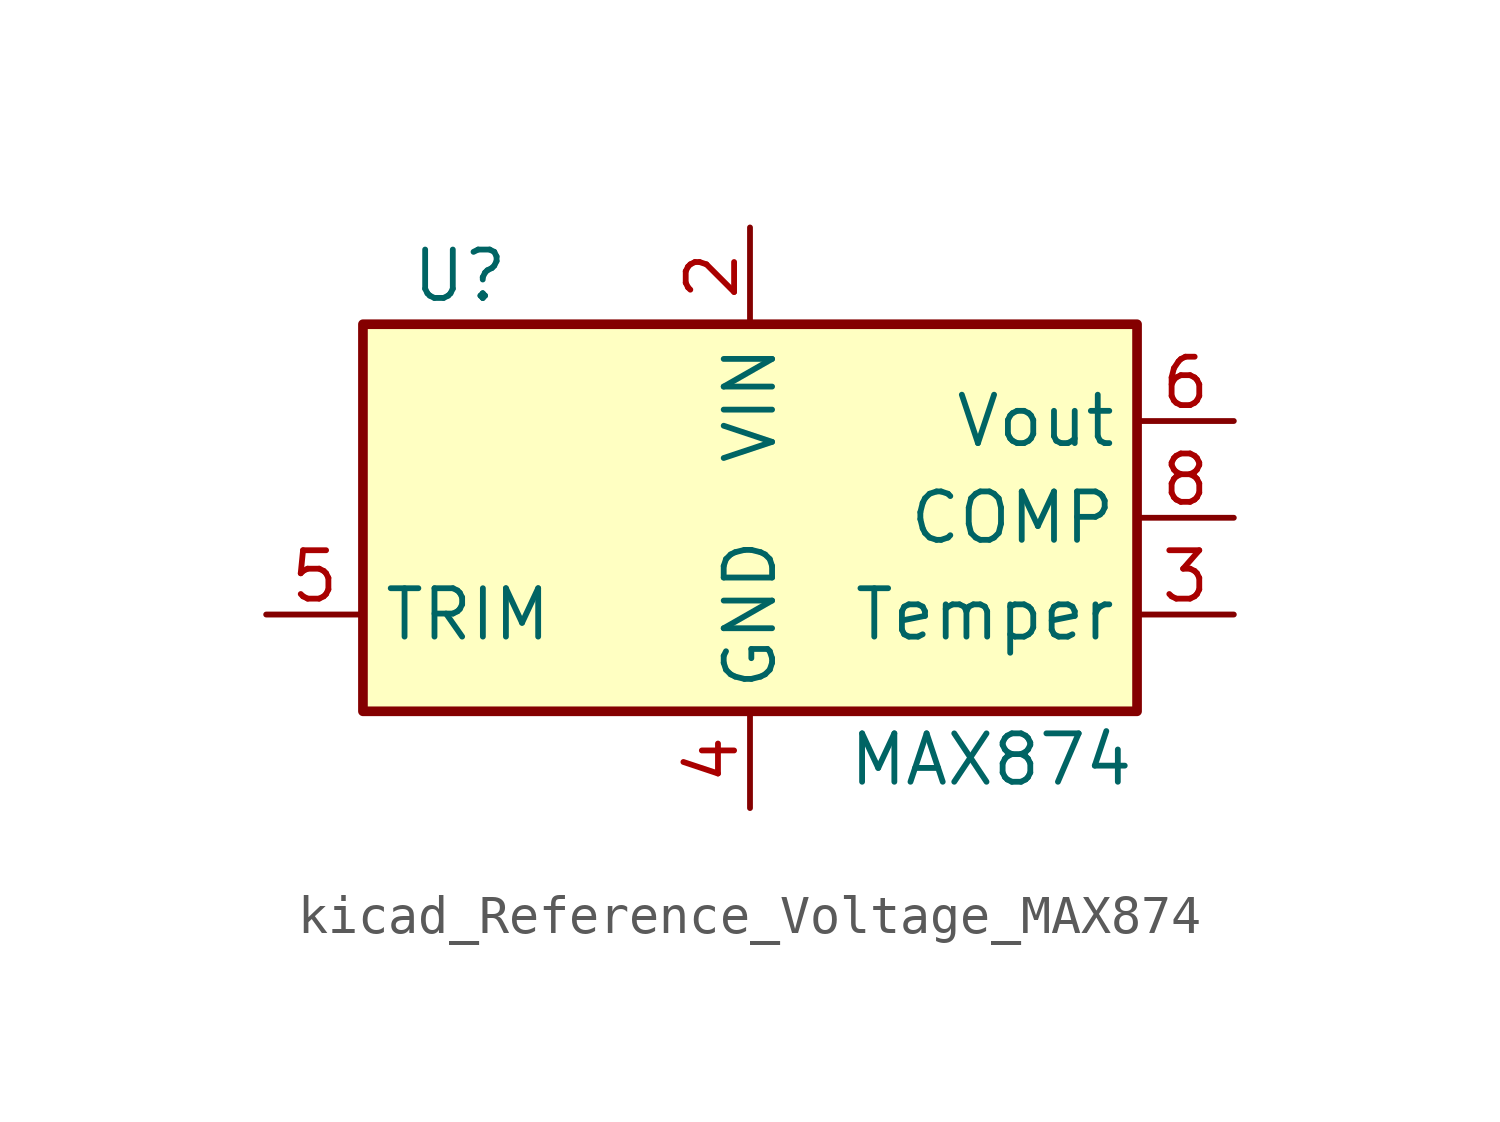
<source format=kicad_sym>
(kicad_symbol_lib
  (version 20220914)
  (generator kicad_symbol_editor)
  (symbol "kicad_Reference_Voltage_MAX874"
    (property "Reference" "U"
      (at -7.62 6.35 0)
      (effects (font (size 1.27 1.27))))
    (property "Value" "MAX874"
      (at 2.54 -6.35 0)
      (effects (font (size 1.27 1.27)) (justify left)))
    (symbol "kicad_Reference_Voltage_MAX874_0_1"
      (rectangle (start -10.16 5.08) (end 10.16 -5.08) (stroke (width 0.254) (type default)) (fill (type background))))
    (symbol "kicad_Reference_Voltage_MAX874_1_1"
      (pin no_connect line (at -10.16 0 0) (length 2.54) hide (name "IC" (effects (font (size 1.27 1.27)))) (number "1" (effects (font (size 1.27 1.27)))))
      (pin power_in line (at 0 7.62 270) (length 2.54) (name "VIN" (effects (font (size 1.27 1.27)))) (number "2" (effects (font (size 1.27 1.27)))))
      (pin output line (at 12.7 -2.54 180) (length 2.54) (name "Temper" (effects (font (size 1.27 1.27)))) (number "3" (effects (font (size 1.27 1.27)))))
      (pin power_in line (at 0 -7.62 90) (length 2.54) (name "GND" (effects (font (size 1.27 1.27)))) (number "4" (effects (font (size 1.27 1.27)))))
      (pin input line (at -12.7 -2.54 0) (length 2.54) (name "TRIM" (effects (font (size 1.27 1.27)))) (number "5" (effects (font (size 1.27 1.27)))))
      (pin power_out line (at 12.7 2.54 180) (length 2.54) (name "Vout" (effects (font (size 1.27 1.27)))) (number "6" (effects (font (size 1.27 1.27)))))
      (pin no_connect line (at -2.54 -5.08 90) (length 2.54) hide (name "IC" (effects (font (size 1.27 1.27)))) (number "7" (effects (font (size 1.27 1.27)))))
      (pin passive line (at 12.7 0 180) (length 2.54) (name "COMP" (effects (font (size 1.27 1.27)))) (number "8" (effects (font (size 1.27 1.27))))))))
</source>
